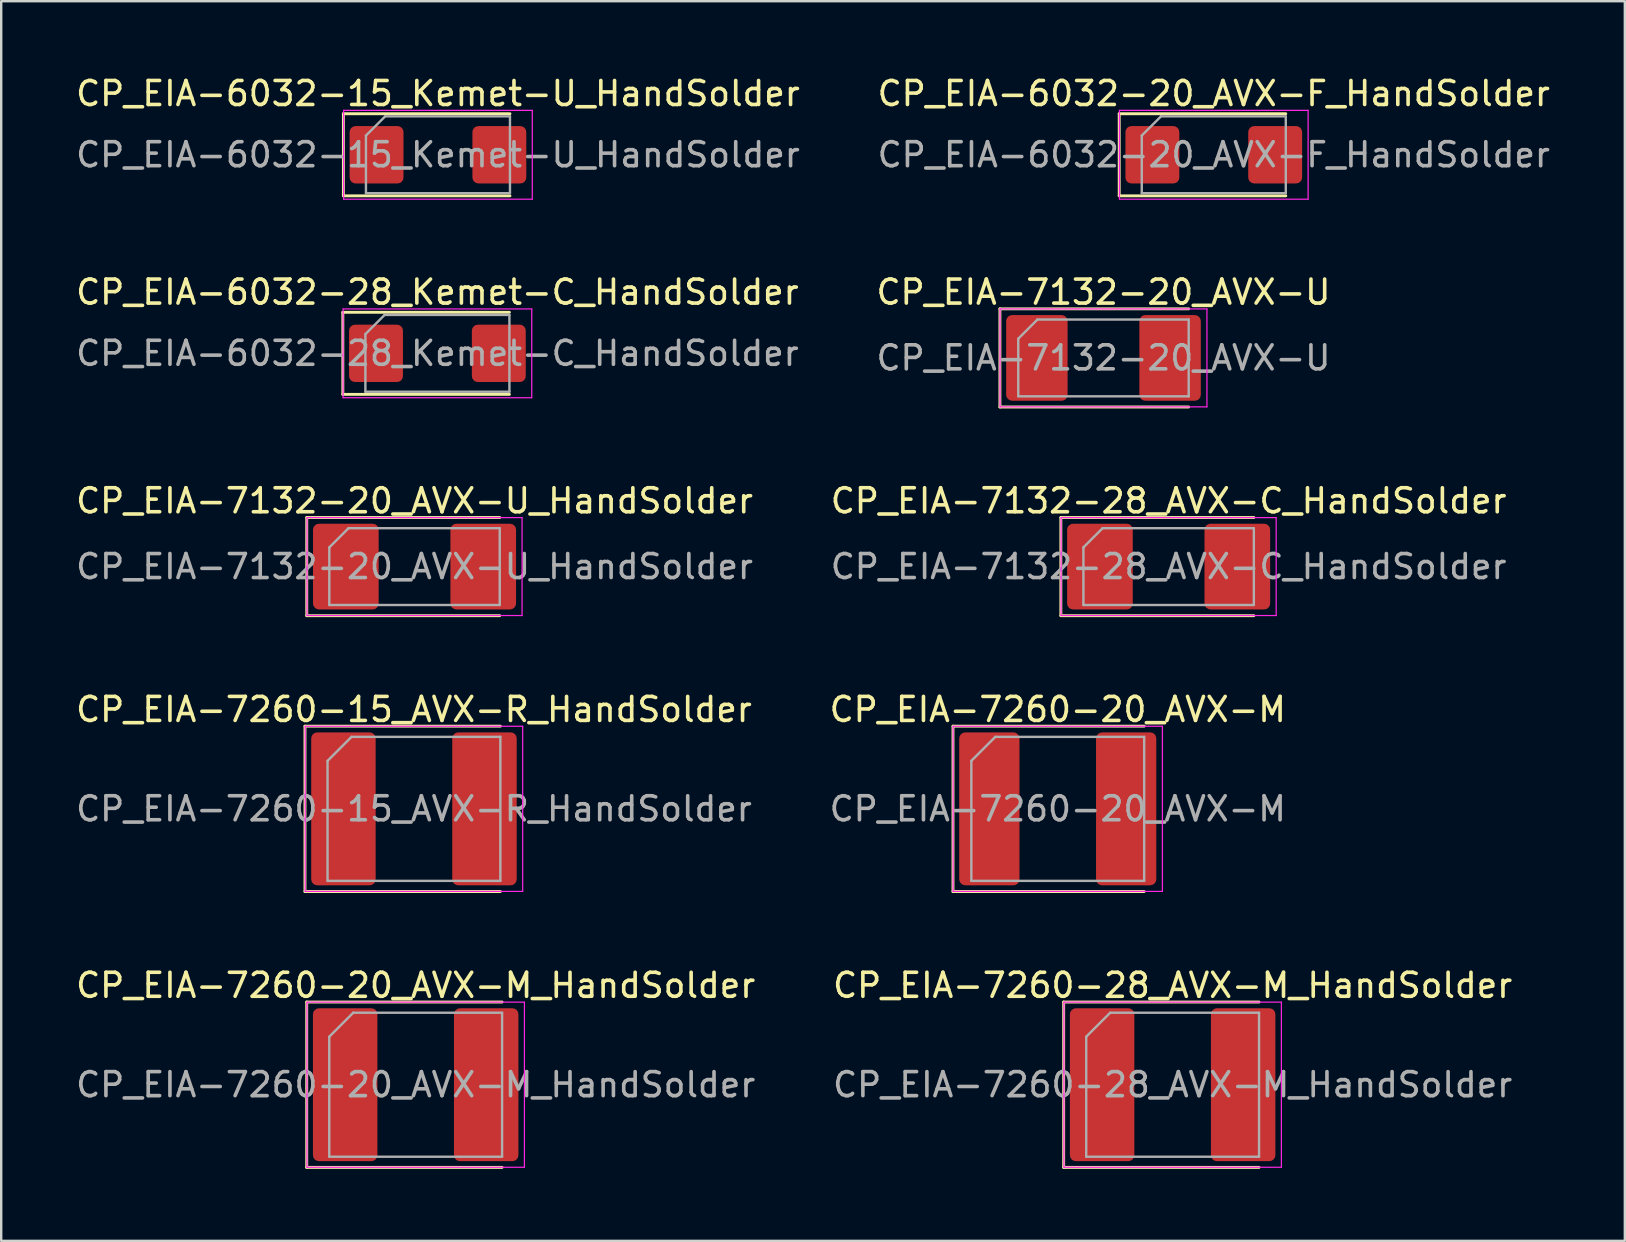
<source format=kicad_pcb>
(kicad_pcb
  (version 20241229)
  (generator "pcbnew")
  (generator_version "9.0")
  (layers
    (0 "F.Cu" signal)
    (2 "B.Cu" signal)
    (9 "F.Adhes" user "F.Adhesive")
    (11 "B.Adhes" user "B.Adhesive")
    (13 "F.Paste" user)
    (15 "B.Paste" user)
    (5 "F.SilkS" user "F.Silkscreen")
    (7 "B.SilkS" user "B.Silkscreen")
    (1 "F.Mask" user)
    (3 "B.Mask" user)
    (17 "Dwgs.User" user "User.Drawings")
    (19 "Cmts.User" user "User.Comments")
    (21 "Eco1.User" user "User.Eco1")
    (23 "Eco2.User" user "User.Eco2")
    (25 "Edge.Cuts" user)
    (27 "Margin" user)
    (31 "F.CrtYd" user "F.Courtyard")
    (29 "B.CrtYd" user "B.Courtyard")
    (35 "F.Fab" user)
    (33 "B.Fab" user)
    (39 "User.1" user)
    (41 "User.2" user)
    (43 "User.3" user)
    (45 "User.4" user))
  (footprint "CP_EIA-6032-20_AVX-F_HandSolder"
    (layer "F.Cu")
    (at 47.518 3.398)
    (property "Reference" "CP_EIA-6032-20_AVX-F_HandSolder" (at 0 -2.55 0) (layer "F.SilkS") (effects (font (size 1 1) (thickness 0.15))))
    (attr smd)
    (fp_line (start -3.94 -1.71) (end -3.94 1.71) (stroke (width 0.12) (type solid)) (layer "F.SilkS"))
    (fp_line (start -3.94 1.71) (end 3 1.71) (stroke (width 0.12) (type solid)) (layer "F.SilkS"))
    (fp_line (start 3 -1.71) (end -3.94 -1.71) (stroke (width 0.12) (type solid)) (layer "F.SilkS"))
    (fp_line (start -3.93 -1.85) (end 3.93 -1.85) (stroke (width 0.05) (type solid)) (layer "F.CrtYd"))
    (fp_line (start -3.93 1.85) (end -3.93 -1.85) (stroke (width 0.05) (type solid)) (layer "F.CrtYd"))
    (fp_line (start 3.93 -1.85) (end 3.93 1.85) (stroke (width 0.05) (type solid)) (layer "F.CrtYd"))
    (fp_line (start 3.93 1.85) (end -3.93 1.85) (stroke (width 0.05) (type solid)) (layer "F.CrtYd"))
    (fp_line (start -3 -0.8) (end -3 1.6) (stroke (width 0.1) (type solid)) (layer "F.Fab"))
    (fp_line (start -3 1.6) (end 3 1.6) (stroke (width 0.1) (type solid)) (layer "F.Fab"))
    (fp_line (start -2.2 -1.6) (end -3 -0.8) (stroke (width 0.1) (type solid)) (layer "F.Fab"))
    (fp_line (start 3 -1.6) (end -2.2 -1.6) (stroke (width 0.1) (type solid)) (layer "F.Fab"))
    (fp_line (start 3 1.6) (end 3 -1.6) (stroke (width 0.1) (type solid)) (layer "F.Fab"))
    (fp_text user "${REFERENCE}" (at 0 0 0) (layer "F.Fab") (effects (font (size 1 1) (thickness 0.15))))
    (pad "1" smd roundrect (at -2.558 0) (size 2.245 2.39) (layers "F.Cu" "F.Mask" "F.Paste") (roundrect_rratio 0.111))
    (pad "2" smd roundrect (at 2.558 0) (size 2.245 2.39) (layers "F.Cu" "F.Mask" "F.Paste") (roundrect_rratio 0.111)))
  (footprint "CP_EIA-7132-20_AVX-U"
    (layer "F.Cu")
    (at 42.923 11.861)
    (property "Reference" "CP_EIA-7132-20_AVX-U" (at 0 -2.74 0) (layer "F.SilkS") (effects (font (size 1 1) (thickness 0.15))))
    (attr smd)
    (fp_line (start -4.315 -2.045) (end -4.315 2.045) (stroke (width 0.12) (type solid)) (layer "F.SilkS"))
    (fp_line (start -4.315 2.045) (end 3.55 2.045) (stroke (width 0.12) (type solid)) (layer "F.SilkS"))
    (fp_line (start 3.55 -2.045) (end -4.315 -2.045) (stroke (width 0.12) (type solid)) (layer "F.SilkS"))
    (fp_line (start -4.31 -2.04) (end 4.31 -2.04) (stroke (width 0.05) (type solid)) (layer "F.CrtYd"))
    (fp_line (start -4.31 2.04) (end -4.31 -2.04) (stroke (width 0.05) (type solid)) (layer "F.CrtYd"))
    (fp_line (start 4.31 -2.04) (end 4.31 2.04) (stroke (width 0.05) (type solid)) (layer "F.CrtYd"))
    (fp_line (start 4.31 2.04) (end -4.31 2.04) (stroke (width 0.05) (type solid)) (layer "F.CrtYd"))
    (fp_line (start -3.55 -0.8) (end -3.55 1.6) (stroke (width 0.1) (type solid)) (layer "F.Fab"))
    (fp_line (start -3.55 1.6) (end 3.55 1.6) (stroke (width 0.1) (type solid)) (layer "F.Fab"))
    (fp_line (start -2.75 -1.6) (end -3.55 -0.8) (stroke (width 0.1) (type solid)) (layer "F.Fab"))
    (fp_line (start 3.55 -1.6) (end -2.75 -1.6) (stroke (width 0.1) (type solid)) (layer "F.Fab"))
    (fp_line (start 3.55 1.6) (end 3.55 -1.6) (stroke (width 0.1) (type solid)) (layer "F.Fab"))
    (fp_text user "${REFERENCE}" (at 0 0 0) (layer "F.Fab") (effects (font (size 1 1) (thickness 0.15))))
    (pad "1" smd roundrect (at -2.775 0) (size 2.56 3.57) (layers "F.Cu" "F.Mask" "F.Paste") (roundrect_rratio 0.098))
    (pad "2" smd roundrect (at 2.775 0) (size 2.56 3.57) (layers "F.Cu" "F.Mask" "F.Paste") (roundrect_rratio 0.098)))
  (footprint "CP_EIA-7132-20_AVX-U_HandSolder"
    (layer "F.Cu")
    (at 14.22 20.555)
    (property "Reference" "CP_EIA-7132-20_AVX-U_HandSolder" (at 0 -2.74 0) (layer "F.SilkS") (effects (font (size 1 1) (thickness 0.15))))
    (attr smd)
    (fp_line (start -4.49 -2.045) (end -4.49 2.045) (stroke (width 0.12) (type solid)) (layer "F.SilkS"))
    (fp_line (start -4.49 2.045) (end 3.55 2.045) (stroke (width 0.12) (type solid)) (layer "F.SilkS"))
    (fp_line (start 3.55 -2.045) (end -4.49 -2.045) (stroke (width 0.12) (type solid)) (layer "F.SilkS"))
    (fp_line (start -4.48 -2.04) (end 4.48 -2.04) (stroke (width 0.05) (type solid)) (layer "F.CrtYd"))
    (fp_line (start -4.48 2.04) (end -4.48 -2.04) (stroke (width 0.05) (type solid)) (layer "F.CrtYd"))
    (fp_line (start 4.48 -2.04) (end 4.48 2.04) (stroke (width 0.05) (type solid)) (layer "F.CrtYd"))
    (fp_line (start 4.48 2.04) (end -4.48 2.04) (stroke (width 0.05) (type solid)) (layer "F.CrtYd"))
    (fp_line (start -3.55 -0.8) (end -3.55 1.6) (stroke (width 0.1) (type solid)) (layer "F.Fab"))
    (fp_line (start -3.55 1.6) (end 3.55 1.6) (stroke (width 0.1) (type solid)) (layer "F.Fab"))
    (fp_line (start -2.75 -1.6) (end -3.55 -0.8) (stroke (width 0.1) (type solid)) (layer "F.Fab"))
    (fp_line (start 3.55 -1.6) (end -2.75 -1.6) (stroke (width 0.1) (type solid)) (layer "F.Fab"))
    (fp_line (start 3.55 1.6) (end 3.55 -1.6) (stroke (width 0.1) (type solid)) (layer "F.Fab"))
    (fp_text user "${REFERENCE}" (at 0 0 0) (layer "F.Fab") (effects (font (size 1 1) (thickness 0.15))))
    (pad "1" smd roundrect (at -2.862 0) (size 2.735 3.57) (layers "F.Cu" "F.Mask" "F.Paste") (roundrect_rratio 0.091))
    (pad "2" smd roundrect (at 2.862 0) (size 2.735 3.57) (layers "F.Cu" "F.Mask" "F.Paste") (roundrect_rratio 0.091)))
  (footprint "CP_EIA-6032-28_Kemet-C_HandSolder"
    (layer "F.Cu")
    (at 15.173 11.671)
    (property "Reference" "CP_EIA-6032-28_Kemet-C_HandSolder" (at 0 -2.55 0) (layer "F.SilkS") (effects (font (size 1 1) (thickness 0.15))))
    (attr smd)
    (fp_line (start -3.94 -1.71) (end -3.94 1.71) (stroke (width 0.12) (type solid)) (layer "F.SilkS"))
    (fp_line (start -3.94 1.71) (end 3 1.71) (stroke (width 0.12) (type solid)) (layer "F.SilkS"))
    (fp_line (start 3 -1.71) (end -3.94 -1.71) (stroke (width 0.12) (type solid)) (layer "F.SilkS"))
    (fp_line (start -3.93 -1.85) (end 3.93 -1.85) (stroke (width 0.05) (type solid)) (layer "F.CrtYd"))
    (fp_line (start -3.93 1.85) (end -3.93 -1.85) (stroke (width 0.05) (type solid)) (layer "F.CrtYd"))
    (fp_line (start 3.93 -1.85) (end 3.93 1.85) (stroke (width 0.05) (type solid)) (layer "F.CrtYd"))
    (fp_line (start 3.93 1.85) (end -3.93 1.85) (stroke (width 0.05) (type solid)) (layer "F.CrtYd"))
    (fp_line (start -3 -0.8) (end -3 1.6) (stroke (width 0.1) (type solid)) (layer "F.Fab"))
    (fp_line (start -3 1.6) (end 3 1.6) (stroke (width 0.1) (type solid)) (layer "F.Fab"))
    (fp_line (start -2.2 -1.6) (end -3 -0.8) (stroke (width 0.1) (type solid)) (layer "F.Fab"))
    (fp_line (start 3 -1.6) (end -2.2 -1.6) (stroke (width 0.1) (type solid)) (layer "F.Fab"))
    (fp_line (start 3 1.6) (end 3 -1.6) (stroke (width 0.1) (type solid)) (layer "F.Fab"))
    (fp_text user "${REFERENCE}" (at 0 0 0) (layer "F.Fab") (effects (font (size 1 1) (thickness 0.15))))
    (pad "1" smd roundrect (at -2.558 0) (size 2.245 2.39) (layers "F.Cu" "F.Mask" "F.Paste") (roundrect_rratio 0.111))
    (pad "2" smd roundrect (at 2.558 0) (size 2.245 2.39) (layers "F.Cu" "F.Mask" "F.Paste") (roundrect_rratio 0.111)))
  (footprint "CP_EIA-6032-15_Kemet-U_HandSolder"
    (layer "F.Cu")
    (at 15.196 3.398)
    (property "Reference" "CP_EIA-6032-15_Kemet-U_HandSolder" (at 0 -2.55 0) (layer "F.SilkS") (effects (font (size 1 1) (thickness 0.15))))
    (attr smd)
    (fp_line (start -3.94 -1.71) (end -3.94 1.71) (stroke (width 0.12) (type solid)) (layer "F.SilkS"))
    (fp_line (start -3.94 1.71) (end 3 1.71) (stroke (width 0.12) (type solid)) (layer "F.SilkS"))
    (fp_line (start 3 -1.71) (end -3.94 -1.71) (stroke (width 0.12) (type solid)) (layer "F.SilkS"))
    (fp_line (start -3.93 -1.85) (end 3.93 -1.85) (stroke (width 0.05) (type solid)) (layer "F.CrtYd"))
    (fp_line (start -3.93 1.85) (end -3.93 -1.85) (stroke (width 0.05) (type solid)) (layer "F.CrtYd"))
    (fp_line (start 3.93 -1.85) (end 3.93 1.85) (stroke (width 0.05) (type solid)) (layer "F.CrtYd"))
    (fp_line (start 3.93 1.85) (end -3.93 1.85) (stroke (width 0.05) (type solid)) (layer "F.CrtYd"))
    (fp_line (start -3 -0.8) (end -3 1.6) (stroke (width 0.1) (type solid)) (layer "F.Fab"))
    (fp_line (start -3 1.6) (end 3 1.6) (stroke (width 0.1) (type solid)) (layer "F.Fab"))
    (fp_line (start -2.2 -1.6) (end -3 -0.8) (stroke (width 0.1) (type solid)) (layer "F.Fab"))
    (fp_line (start 3 -1.6) (end -2.2 -1.6) (stroke (width 0.1) (type solid)) (layer "F.Fab"))
    (fp_line (start 3 1.6) (end 3 -1.6) (stroke (width 0.1) (type solid)) (layer "F.Fab"))
    (fp_text user "${REFERENCE}" (at 0 0 0) (layer "F.Fab") (effects (font (size 1 1) (thickness 0.15))))
    (pad "1" smd roundrect (at -2.558 0) (size 2.245 2.39) (layers "F.Cu" "F.Mask" "F.Paste") (roundrect_rratio 0.111))
    (pad "2" smd roundrect (at 2.558 0) (size 2.245 2.39) (layers "F.Cu" "F.Mask" "F.Paste") (roundrect_rratio 0.111)))
  (footprint "CP_EIA-7260-28_AVX-M_HandSolder"
    (layer "F.Cu")
    (at 45.804 42.141)
    (property "Reference" "CP_EIA-7260-28_AVX-M_HandSolder" (at 0 -4.14 0) (layer "F.SilkS") (effects (font (size 1 1) (thickness 0.15))))
    (attr smd)
    (fp_line (start -4.54 -3.445) (end -4.54 3.445) (stroke (width 0.12) (type solid)) (layer "F.SilkS"))
    (fp_line (start -4.54 3.445) (end 3.6 3.445) (stroke (width 0.12) (type solid)) (layer "F.SilkS"))
    (fp_line (start 3.6 -3.445) (end -4.54 -3.445) (stroke (width 0.12) (type solid)) (layer "F.SilkS"))
    (fp_line (start -4.53 -3.44) (end 4.53 -3.44) (stroke (width 0.05) (type solid)) (layer "F.CrtYd"))
    (fp_line (start -4.53 3.44) (end -4.53 -3.44) (stroke (width 0.05) (type solid)) (layer "F.CrtYd"))
    (fp_line (start 4.53 -3.44) (end 4.53 3.44) (stroke (width 0.05) (type solid)) (layer "F.CrtYd"))
    (fp_line (start 4.53 3.44) (end -4.53 3.44) (stroke (width 0.05) (type solid)) (layer "F.CrtYd"))
    (fp_line (start -3.6 -2) (end -3.6 3) (stroke (width 0.1) (type solid)) (layer "F.Fab"))
    (fp_line (start -3.6 3) (end 3.6 3) (stroke (width 0.1) (type solid)) (layer "F.Fab"))
    (fp_line (start -2.6 -3) (end -3.6 -2) (stroke (width 0.1) (type solid)) (layer "F.Fab"))
    (fp_line (start 3.6 -3) (end -2.6 -3) (stroke (width 0.1) (type solid)) (layer "F.Fab"))
    (fp_line (start 3.6 3) (end 3.6 -3) (stroke (width 0.1) (type solid)) (layer "F.Fab"))
    (fp_text user "${REFERENCE}" (at 0 0 0) (layer "F.Fab") (effects (font (size 1 1) (thickness 0.15))))
    (pad "1" smd roundrect (at -2.938 0) (size 2.685 6.37) (layers "F.Cu" "F.Mask" "F.Paste") (roundrect_rratio 0.093))
    (pad "2" smd roundrect (at 2.938 0) (size 2.685 6.37) (layers "F.Cu" "F.Mask" "F.Paste") (roundrect_rratio 0.093)))
  (footprint "CP_EIA-7260-20_AVX-M"
    (layer "F.Cu")
    (at 41.018 30.648)
    (property "Reference" "CP_EIA-7260-20_AVX-M" (at 0 -4.14 0) (layer "F.SilkS") (effects (font (size 1 1) (thickness 0.15))))
    (attr smd)
    (fp_line (start -4.365 -3.445) (end -4.365 3.445) (stroke (width 0.12) (type solid)) (layer "F.SilkS"))
    (fp_line (start -4.365 3.445) (end 3.6 3.445) (stroke (width 0.12) (type solid)) (layer "F.SilkS"))
    (fp_line (start 3.6 -3.445) (end -4.365 -3.445) (stroke (width 0.12) (type solid)) (layer "F.SilkS"))
    (fp_line (start -4.36 -3.44) (end 4.36 -3.44) (stroke (width 0.05) (type solid)) (layer "F.CrtYd"))
    (fp_line (start -4.36 3.44) (end -4.36 -3.44) (stroke (width 0.05) (type solid)) (layer "F.CrtYd"))
    (fp_line (start 4.36 -3.44) (end 4.36 3.44) (stroke (width 0.05) (type solid)) (layer "F.CrtYd"))
    (fp_line (start 4.36 3.44) (end -4.36 3.44) (stroke (width 0.05) (type solid)) (layer "F.CrtYd"))
    (fp_line (start -3.6 -2) (end -3.6 3) (stroke (width 0.1) (type solid)) (layer "F.Fab"))
    (fp_line (start -3.6 3) (end 3.6 3) (stroke (width 0.1) (type solid)) (layer "F.Fab"))
    (fp_line (start -2.6 -3) (end -3.6 -2) (stroke (width 0.1) (type solid)) (layer "F.Fab"))
    (fp_line (start 3.6 -3) (end -2.6 -3) (stroke (width 0.1) (type solid)) (layer "F.Fab"))
    (fp_line (start 3.6 3) (end 3.6 -3) (stroke (width 0.1) (type solid)) (layer "F.Fab"))
    (fp_text user "${REFERENCE}" (at 0 0 0) (layer "F.Fab") (effects (font (size 1 1) (thickness 0.15))))
    (pad "1" smd roundrect (at -2.85 0) (size 2.51 6.37) (layers "F.Cu" "F.Mask" "F.Paste") (roundrect_rratio 0.1))
    (pad "2" smd roundrect (at 2.85 0) (size 2.51 6.37) (layers "F.Cu" "F.Mask" "F.Paste") (roundrect_rratio 0.1)))
  (footprint "CP_EIA-7260-20_AVX-M_HandSolder"
    (layer "F.Cu")
    (at 14.268 42.141)
    (property "Reference" "CP_EIA-7260-20_AVX-M_HandSolder" (at 0 -4.14 0) (layer "F.SilkS") (effects (font (size 1 1) (thickness 0.15))))
    (attr smd)
    (fp_line (start -4.54 -3.445) (end -4.54 3.445) (stroke (width 0.12) (type solid)) (layer "F.SilkS"))
    (fp_line (start -4.54 3.445) (end 3.6 3.445) (stroke (width 0.12) (type solid)) (layer "F.SilkS"))
    (fp_line (start 3.6 -3.445) (end -4.54 -3.445) (stroke (width 0.12) (type solid)) (layer "F.SilkS"))
    (fp_line (start -4.53 -3.44) (end 4.53 -3.44) (stroke (width 0.05) (type solid)) (layer "F.CrtYd"))
    (fp_line (start -4.53 3.44) (end -4.53 -3.44) (stroke (width 0.05) (type solid)) (layer "F.CrtYd"))
    (fp_line (start 4.53 -3.44) (end 4.53 3.44) (stroke (width 0.05) (type solid)) (layer "F.CrtYd"))
    (fp_line (start 4.53 3.44) (end -4.53 3.44) (stroke (width 0.05) (type solid)) (layer "F.CrtYd"))
    (fp_line (start -3.6 -2) (end -3.6 3) (stroke (width 0.1) (type solid)) (layer "F.Fab"))
    (fp_line (start -3.6 3) (end 3.6 3) (stroke (width 0.1) (type solid)) (layer "F.Fab"))
    (fp_line (start -2.6 -3) (end -3.6 -2) (stroke (width 0.1) (type solid)) (layer "F.Fab"))
    (fp_line (start 3.6 -3) (end -2.6 -3) (stroke (width 0.1) (type solid)) (layer "F.Fab"))
    (fp_line (start 3.6 3) (end 3.6 -3) (stroke (width 0.1) (type solid)) (layer "F.Fab"))
    (fp_text user "${REFERENCE}" (at 0 0 0) (layer "F.Fab") (effects (font (size 1 1) (thickness 0.15))))
    (pad "1" smd roundrect (at -2.938 0) (size 2.685 6.37) (layers "F.Cu" "F.Mask" "F.Paste") (roundrect_rratio 0.093))
    (pad "2" smd roundrect (at 2.938 0) (size 2.685 6.37) (layers "F.Cu" "F.Mask" "F.Paste") (roundrect_rratio 0.093)))
  (footprint "CP_EIA-7132-28_AVX-C_HandSolder"
    (layer "F.Cu")
    (at 45.637 20.555)
    (property "Reference" "CP_EIA-7132-28_AVX-C_HandSolder" (at 0 -2.74 0) (layer "F.SilkS") (effects (font (size 1 1) (thickness 0.15))))
    (attr smd)
    (fp_line (start -4.49 -2.045) (end -4.49 2.045) (stroke (width 0.12) (type solid)) (layer "F.SilkS"))
    (fp_line (start -4.49 2.045) (end 3.55 2.045) (stroke (width 0.12) (type solid)) (layer "F.SilkS"))
    (fp_line (start 3.55 -2.045) (end -4.49 -2.045) (stroke (width 0.12) (type solid)) (layer "F.SilkS"))
    (fp_line (start -4.48 -2.04) (end 4.48 -2.04) (stroke (width 0.05) (type solid)) (layer "F.CrtYd"))
    (fp_line (start -4.48 2.04) (end -4.48 -2.04) (stroke (width 0.05) (type solid)) (layer "F.CrtYd"))
    (fp_line (start 4.48 -2.04) (end 4.48 2.04) (stroke (width 0.05) (type solid)) (layer "F.CrtYd"))
    (fp_line (start 4.48 2.04) (end -4.48 2.04) (stroke (width 0.05) (type solid)) (layer "F.CrtYd"))
    (fp_line (start -3.55 -0.8) (end -3.55 1.6) (stroke (width 0.1) (type solid)) (layer "F.Fab"))
    (fp_line (start -3.55 1.6) (end 3.55 1.6) (stroke (width 0.1) (type solid)) (layer "F.Fab"))
    (fp_line (start -2.75 -1.6) (end -3.55 -0.8) (stroke (width 0.1) (type solid)) (layer "F.Fab"))
    (fp_line (start 3.55 -1.6) (end -2.75 -1.6) (stroke (width 0.1) (type solid)) (layer "F.Fab"))
    (fp_line (start 3.55 1.6) (end 3.55 -1.6) (stroke (width 0.1) (type solid)) (layer "F.Fab"))
    (fp_text user "${REFERENCE}" (at 0 0 0) (layer "F.Fab") (effects (font (size 1 1) (thickness 0.15))))
    (pad "1" smd roundrect (at -2.862 0) (size 2.735 3.57) (layers "F.Cu" "F.Mask" "F.Paste") (roundrect_rratio 0.091))
    (pad "2" smd roundrect (at 2.862 0) (size 2.735 3.57) (layers "F.Cu" "F.Mask" "F.Paste") (roundrect_rratio 0.091)))
  (footprint "CP_EIA-7260-15_AVX-R_HandSolder"
    (layer "F.Cu")
    (at 14.196 30.648)
    (property "Reference" "CP_EIA-7260-15_AVX-R_HandSolder" (at 0 -4.14 0) (layer "F.SilkS") (effects (font (size 1 1) (thickness 0.15))))
    (attr smd)
    (fp_line (start -4.54 -3.445) (end -4.54 3.445) (stroke (width 0.12) (type solid)) (layer "F.SilkS"))
    (fp_line (start -4.54 3.445) (end 3.6 3.445) (stroke (width 0.12) (type solid)) (layer "F.SilkS"))
    (fp_line (start 3.6 -3.445) (end -4.54 -3.445) (stroke (width 0.12) (type solid)) (layer "F.SilkS"))
    (fp_line (start -4.53 -3.44) (end 4.53 -3.44) (stroke (width 0.05) (type solid)) (layer "F.CrtYd"))
    (fp_line (start -4.53 3.44) (end -4.53 -3.44) (stroke (width 0.05) (type solid)) (layer "F.CrtYd"))
    (fp_line (start 4.53 -3.44) (end 4.53 3.44) (stroke (width 0.05) (type solid)) (layer "F.CrtYd"))
    (fp_line (start 4.53 3.44) (end -4.53 3.44) (stroke (width 0.05) (type solid)) (layer "F.CrtYd"))
    (fp_line (start -3.6 -2) (end -3.6 3) (stroke (width 0.1) (type solid)) (layer "F.Fab"))
    (fp_line (start -3.6 3) (end 3.6 3) (stroke (width 0.1) (type solid)) (layer "F.Fab"))
    (fp_line (start -2.6 -3) (end -3.6 -2) (stroke (width 0.1) (type solid)) (layer "F.Fab"))
    (fp_line (start 3.6 -3) (end -2.6 -3) (stroke (width 0.1) (type solid)) (layer "F.Fab"))
    (fp_line (start 3.6 3) (end 3.6 -3) (stroke (width 0.1) (type solid)) (layer "F.Fab"))
    (fp_text user "${REFERENCE}" (at 0 0 0) (layer "F.Fab") (effects (font (size 1 1) (thickness 0.15))))
    (pad "1" smd roundrect (at -2.938 0) (size 2.685 6.37) (layers "F.Cu" "F.Mask" "F.Paste") (roundrect_rratio 0.093))
    (pad "2" smd roundrect (at 2.938 0) (size 2.685 6.37) (layers "F.Cu" "F.Mask" "F.Paste") (roundrect_rratio 0.093)))
  (gr_rect
    (start -3 -3)
    (end 64.643 48.646)
    (stroke (width 0.1) (type default))
    (fill no)
    (layer "Edge.Cuts")))
</source>
